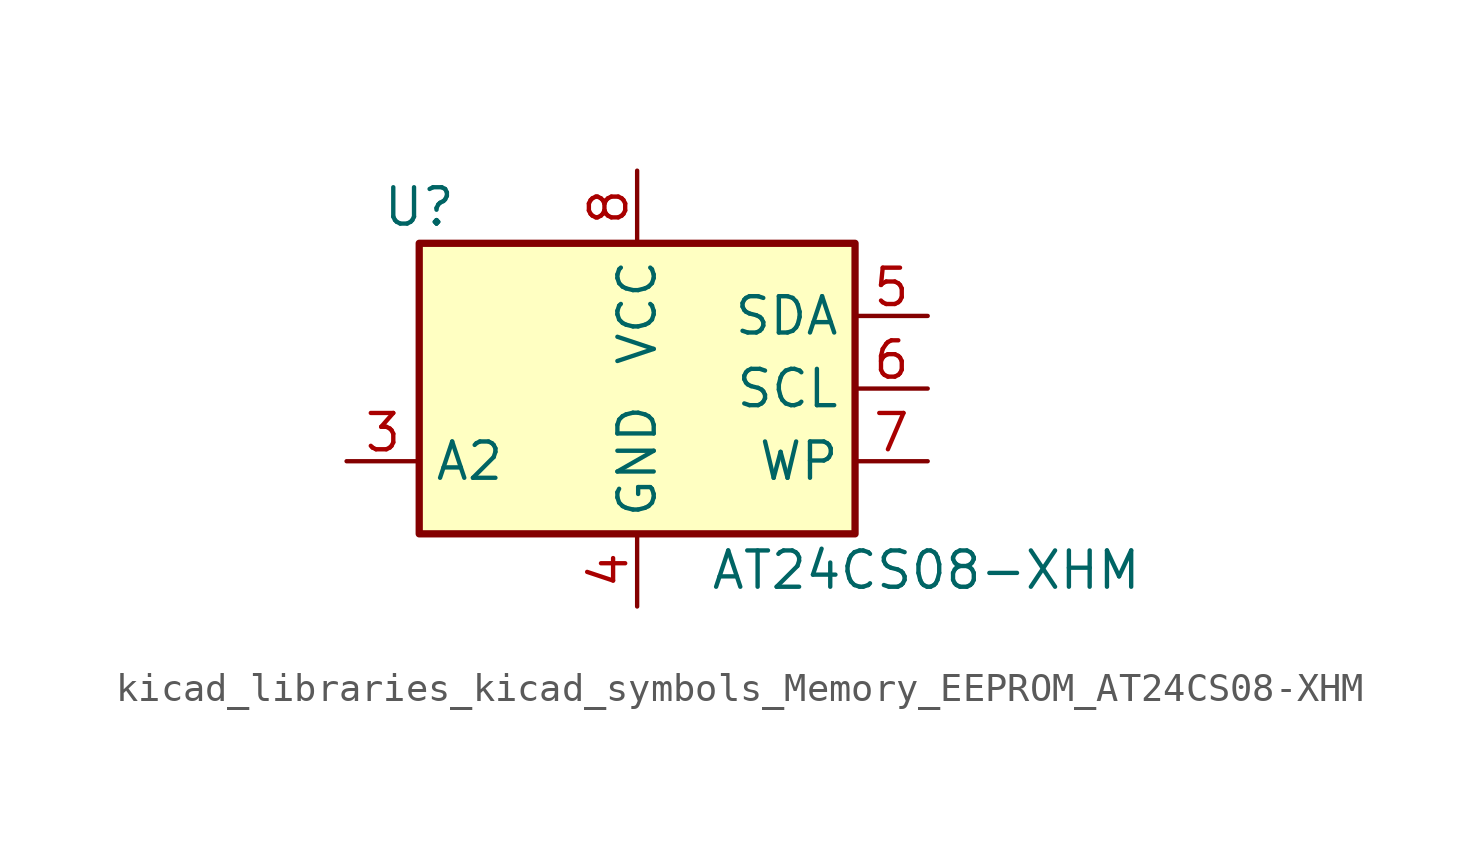
<source format=kicad_sym>
(kicad_symbol_lib
  (version 20220914)
  (generator kicad_symbol_editor)
  (symbol "kicad_libraries_kicad_symbols_Memory_EEPROM_AT24CS08-XHM"
    (property "Reference" "U"
      (at -7.62 6.35 0)
      (effects (font (size 1.27 1.27))))
    (property "Value" "AT24CS08-XHM"
      (at 2.54 -6.35 0)
      (effects (font (size 1.27 1.27)) (justify left)))
    (symbol "kicad_libraries_kicad_symbols_Memory_EEPROM_AT24CS08-XHM_1_1"
      (rectangle (start -7.62 5.08) (end 7.62 -5.08) (stroke (width 0.254) (type default)) (fill (type background)))
      (pin no_connect line (at -7.62 2.54 0) (length 2.54) hide (name "NC" (effects (font (size 1.27 1.27)))) (number "1" (effects (font (size 1.27 1.27)))))
      (pin no_connect line (at -7.62 0 0) (length 2.54) hide (name "NC" (effects (font (size 1.27 1.27)))) (number "2" (effects (font (size 1.27 1.27)))))
      (pin input line (at -10.16 -2.54 0) (length 2.54) (name "A2" (effects (font (size 1.27 1.27)))) (number "3" (effects (font (size 1.27 1.27)))))
      (pin power_in line (at 0 -7.62 90) (length 2.54) (name "GND" (effects (font (size 1.27 1.27)))) (number "4" (effects (font (size 1.27 1.27)))))
      (pin bidirectional line (at 10.16 2.54 180) (length 2.54) (name "SDA" (effects (font (size 1.27 1.27)))) (number "5" (effects (font (size 1.27 1.27)))))
      (pin input line (at 10.16 0 180) (length 2.54) (name "SCL" (effects (font (size 1.27 1.27)))) (number "6" (effects (font (size 1.27 1.27)))))
      (pin input line (at 10.16 -2.54 180) (length 2.54) (name "WP" (effects (font (size 1.27 1.27)))) (number "7" (effects (font (size 1.27 1.27)))))
      (pin power_in line (at 0 7.62 270) (length 2.54) (name "VCC" (effects (font (size 1.27 1.27)))) (number "8" (effects (font (size 1.27 1.27))))))))
</source>
